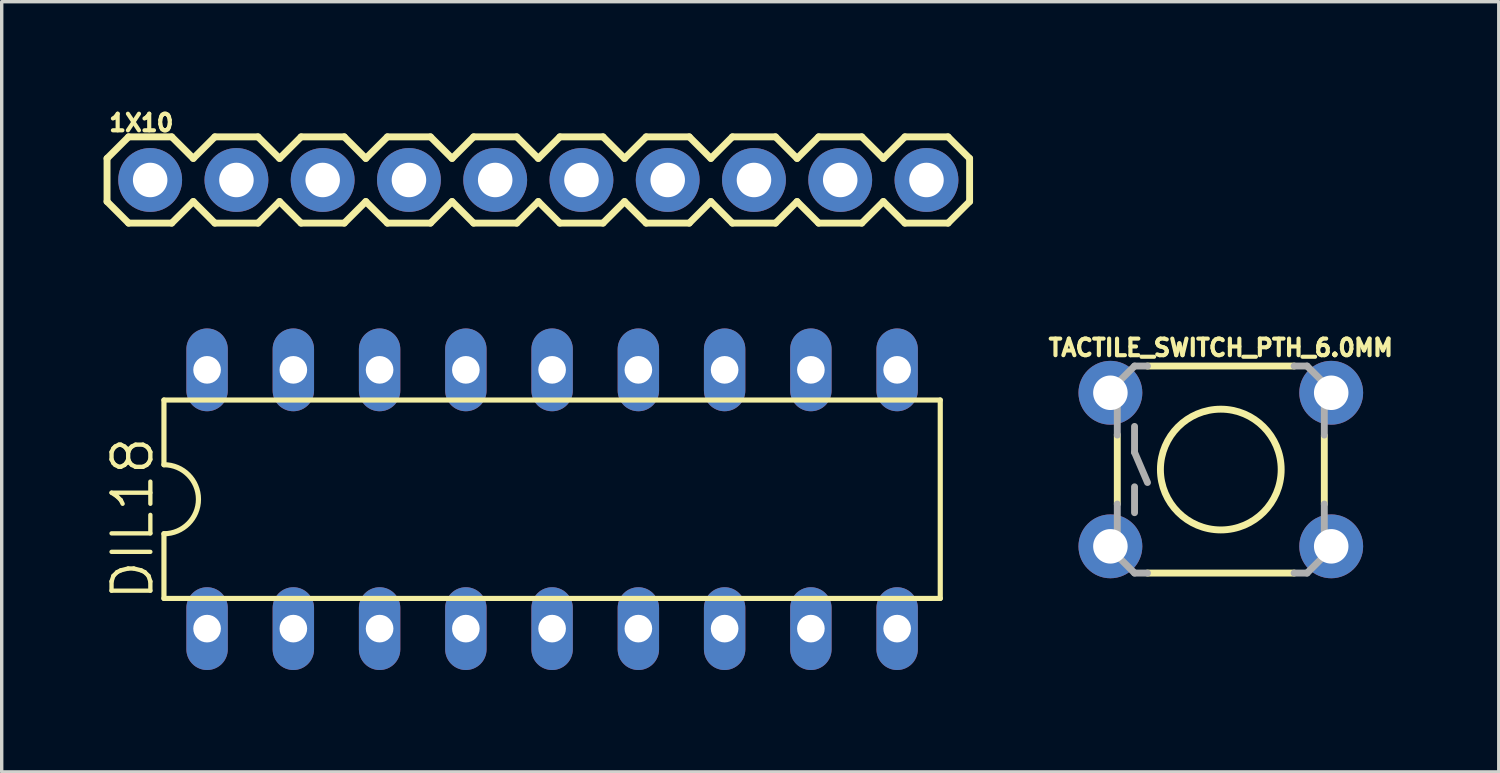
<source format=kicad_pcb>
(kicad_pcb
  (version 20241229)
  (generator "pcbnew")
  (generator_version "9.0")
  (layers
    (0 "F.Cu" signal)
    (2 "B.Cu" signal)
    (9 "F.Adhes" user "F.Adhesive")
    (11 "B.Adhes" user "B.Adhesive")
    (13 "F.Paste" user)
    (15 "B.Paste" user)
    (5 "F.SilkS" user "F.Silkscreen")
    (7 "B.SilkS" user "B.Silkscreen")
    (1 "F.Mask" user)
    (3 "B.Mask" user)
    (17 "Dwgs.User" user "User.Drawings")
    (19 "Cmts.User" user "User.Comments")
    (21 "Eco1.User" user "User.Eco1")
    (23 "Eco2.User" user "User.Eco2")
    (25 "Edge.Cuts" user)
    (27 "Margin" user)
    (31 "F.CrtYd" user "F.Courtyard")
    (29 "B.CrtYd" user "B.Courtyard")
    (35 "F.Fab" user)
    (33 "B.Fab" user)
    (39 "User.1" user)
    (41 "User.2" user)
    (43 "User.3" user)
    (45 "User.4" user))
  (footprint "1X10"
    (layer "F.Cu")
    (at 1.372 2.25)
    (property "Reference" "1X10" (at -1.27 -1.397 0) (layer "F.SilkS") (effects (font (size 0.488 0.488) (thickness 0.122)) (justify left bottom)))
    (fp_line (start -1.27 -0.635) (end -1.27 0.635) (stroke (width 0.203) (type solid)) (layer "F.SilkS"))
    (fp_line (start -1.27 0.635) (end -0.635 1.27) (stroke (width 0.203) (type solid)) (layer "F.SilkS"))
    (fp_line (start -0.635 -1.27) (end -1.27 -0.635) (stroke (width 0.203) (type solid)) (layer "F.SilkS"))
    (fp_line (start -0.635 -1.27) (end 0.635 -1.27) (stroke (width 0.203) (type solid)) (layer "F.SilkS"))
    (fp_line (start 0.635 -1.27) (end 1.27 -0.635) (stroke (width 0.203) (type solid)) (layer "F.SilkS"))
    (fp_line (start 0.635 1.27) (end -0.635 1.27) (stroke (width 0.203) (type solid)) (layer "F.SilkS"))
    (fp_line (start 1.27 -0.635) (end 1.905 -1.27) (stroke (width 0.203) (type solid)) (layer "F.SilkS"))
    (fp_line (start 1.27 0.635) (end 0.635 1.27) (stroke (width 0.203) (type solid)) (layer "F.SilkS"))
    (fp_line (start 1.905 -1.27) (end 3.175 -1.27) (stroke (width 0.203) (type solid)) (layer "F.SilkS"))
    (fp_line (start 1.905 1.27) (end 1.27 0.635) (stroke (width 0.203) (type solid)) (layer "F.SilkS"))
    (fp_line (start 3.175 -1.27) (end 3.81 -0.635) (stroke (width 0.203) (type solid)) (layer "F.SilkS"))
    (fp_line (start 3.175 1.27) (end 1.905 1.27) (stroke (width 0.203) (type solid)) (layer "F.SilkS"))
    (fp_line (start 3.81 -0.635) (end 4.445 -1.27) (stroke (width 0.203) (type solid)) (layer "F.SilkS"))
    (fp_line (start 3.81 0.635) (end 3.175 1.27) (stroke (width 0.203) (type solid)) (layer "F.SilkS"))
    (fp_line (start 4.445 -1.27) (end 5.715 -1.27) (stroke (width 0.203) (type solid)) (layer "F.SilkS"))
    (fp_line (start 4.445 1.27) (end 3.81 0.635) (stroke (width 0.203) (type solid)) (layer "F.SilkS"))
    (fp_line (start 5.715 -1.27) (end 6.35 -0.635) (stroke (width 0.203) (type solid)) (layer "F.SilkS"))
    (fp_line (start 5.715 1.27) (end 4.445 1.27) (stroke (width 0.203) (type solid)) (layer "F.SilkS"))
    (fp_line (start 6.35 0.635) (end 5.715 1.27) (stroke (width 0.203) (type solid)) (layer "F.SilkS"))
    (fp_line (start 6.35 0.635) (end 6.985 1.27) (stroke (width 0.203) (type solid)) (layer "F.SilkS"))
    (fp_line (start 6.985 -1.27) (end 6.35 -0.635) (stroke (width 0.203) (type solid)) (layer "F.SilkS"))
    (fp_line (start 6.985 -1.27) (end 8.255 -1.27) (stroke (width 0.203) (type solid)) (layer "F.SilkS"))
    (fp_line (start 8.255 -1.27) (end 8.89 -0.635) (stroke (width 0.203) (type solid)) (layer "F.SilkS"))
    (fp_line (start 8.255 1.27) (end 6.985 1.27) (stroke (width 0.203) (type solid)) (layer "F.SilkS"))
    (fp_line (start 8.89 -0.635) (end 9.525 -1.27) (stroke (width 0.203) (type solid)) (layer "F.SilkS"))
    (fp_line (start 8.89 0.635) (end 8.255 1.27) (stroke (width 0.203) (type solid)) (layer "F.SilkS"))
    (fp_line (start 9.525 -1.27) (end 10.795 -1.27) (stroke (width 0.203) (type solid)) (layer "F.SilkS"))
    (fp_line (start 9.525 1.27) (end 8.89 0.635) (stroke (width 0.203) (type solid)) (layer "F.SilkS"))
    (fp_line (start 10.795 -1.27) (end 11.43 -0.635) (stroke (width 0.203) (type solid)) (layer "F.SilkS"))
    (fp_line (start 10.795 1.27) (end 9.525 1.27) (stroke (width 0.203) (type solid)) (layer "F.SilkS"))
    (fp_line (start 11.43 -0.635) (end 12.065 -1.27) (stroke (width 0.203) (type solid)) (layer "F.SilkS"))
    (fp_line (start 11.43 0.635) (end 10.795 1.27) (stroke (width 0.203) (type solid)) (layer "F.SilkS"))
    (fp_line (start 12.065 -1.27) (end 13.335 -1.27) (stroke (width 0.203) (type solid)) (layer "F.SilkS"))
    (fp_line (start 12.065 1.27) (end 11.43 0.635) (stroke (width 0.203) (type solid)) (layer "F.SilkS"))
    (fp_line (start 13.335 -1.27) (end 13.97 -0.635) (stroke (width 0.203) (type solid)) (layer "F.SilkS"))
    (fp_line (start 13.335 1.27) (end 12.065 1.27) (stroke (width 0.203) (type solid)) (layer "F.SilkS"))
    (fp_line (start 13.97 0.635) (end 13.335 1.27) (stroke (width 0.203) (type solid)) (layer "F.SilkS"))
    (fp_line (start 13.97 0.635) (end 14.605 1.27) (stroke (width 0.203) (type solid)) (layer "F.SilkS"))
    (fp_line (start 14.605 -1.27) (end 13.97 -0.635) (stroke (width 0.203) (type solid)) (layer "F.SilkS"))
    (fp_line (start 14.605 -1.27) (end 15.875 -1.27) (stroke (width 0.203) (type solid)) (layer "F.SilkS"))
    (fp_line (start 15.875 -1.27) (end 16.51 -0.635) (stroke (width 0.203) (type solid)) (layer "F.SilkS"))
    (fp_line (start 15.875 1.27) (end 14.605 1.27) (stroke (width 0.203) (type solid)) (layer "F.SilkS"))
    (fp_line (start 16.51 0.635) (end 15.875 1.27) (stroke (width 0.203) (type solid)) (layer "F.SilkS"))
    (fp_line (start 16.51 0.635) (end 17.145 1.27) (stroke (width 0.203) (type solid)) (layer "F.SilkS"))
    (fp_line (start 17.145 -1.27) (end 16.51 -0.635) (stroke (width 0.203) (type solid)) (layer "F.SilkS"))
    (fp_line (start 17.145 -1.27) (end 18.415 -1.27) (stroke (width 0.203) (type solid)) (layer "F.SilkS"))
    (fp_line (start 18.415 -1.27) (end 19.05 -0.635) (stroke (width 0.203) (type solid)) (layer "F.SilkS"))
    (fp_line (start 18.415 1.27) (end 17.145 1.27) (stroke (width 0.203) (type solid)) (layer "F.SilkS"))
    (fp_line (start 19.05 0.635) (end 18.415 1.27) (stroke (width 0.203) (type solid)) (layer "F.SilkS"))
    (fp_line (start 19.05 0.635) (end 19.685 1.27) (stroke (width 0.203) (type solid)) (layer "F.SilkS"))
    (fp_line (start 19.685 -1.27) (end 19.05 -0.635) (stroke (width 0.203) (type solid)) (layer "F.SilkS"))
    (fp_line (start 19.685 -1.27) (end 20.955 -1.27) (stroke (width 0.203) (type solid)) (layer "F.SilkS"))
    (fp_line (start 20.955 -1.27) (end 21.59 -0.635) (stroke (width 0.203) (type solid)) (layer "F.SilkS"))
    (fp_line (start 20.955 1.27) (end 19.685 1.27) (stroke (width 0.203) (type solid)) (layer "F.SilkS"))
    (fp_line (start 21.59 0.635) (end 20.955 1.27) (stroke (width 0.203) (type solid)) (layer "F.SilkS"))
    (fp_line (start 21.59 0.635) (end 22.225 1.27) (stroke (width 0.203) (type solid)) (layer "F.SilkS"))
    (fp_line (start 22.225 -1.27) (end 21.59 -0.635) (stroke (width 0.203) (type solid)) (layer "F.SilkS"))
    (fp_line (start 22.225 -1.27) (end 23.495 -1.27) (stroke (width 0.203) (type solid)) (layer "F.SilkS"))
    (fp_line (start 23.495 -1.27) (end 24.13 -0.635) (stroke (width 0.203) (type solid)) (layer "F.SilkS"))
    (fp_line (start 23.495 1.27) (end 22.225 1.27) (stroke (width 0.203) (type solid)) (layer "F.SilkS"))
    (fp_line (start 24.13 -0.635) (end 24.13 0.635) (stroke (width 0.203) (type solid)) (layer "F.SilkS"))
    (fp_line (start 24.13 0.635) (end 23.495 1.27) (stroke (width 0.203) (type solid)) (layer "F.SilkS"))
    (fp_poly (pts (xy -0.254 0.254) (xy 0.254 0.254) (xy 0.254 -0.254) (xy -0.254 -0.254)) (stroke (width 0.1) (type default)) (fill no) (layer "F.Fab"))
    (fp_poly (pts (xy 2.286 0.254) (xy 2.794 0.254) (xy 2.794 -0.254) (xy 2.286 -0.254)) (stroke (width 0.1) (type default)) (fill no) (layer "F.Fab"))
    (fp_poly (pts (xy 4.826 0.254) (xy 5.334 0.254) (xy 5.334 -0.254) (xy 4.826 -0.254)) (stroke (width 0.1) (type default)) (fill no) (layer "F.Fab"))
    (fp_poly (pts (xy 7.366 0.254) (xy 7.874 0.254) (xy 7.874 -0.254) (xy 7.366 -0.254)) (stroke (width 0.1) (type default)) (fill no) (layer "F.Fab"))
    (fp_poly (pts (xy 9.906 0.254) (xy 10.414 0.254) (xy 10.414 -0.254) (xy 9.906 -0.254)) (stroke (width 0.1) (type default)) (fill no) (layer "F.Fab"))
    (fp_poly (pts (xy 12.446 0.254) (xy 12.954 0.254) (xy 12.954 -0.254) (xy 12.446 -0.254)) (stroke (width 0.1) (type default)) (fill no) (layer "F.Fab"))
    (fp_poly (pts (xy 14.986 0.254) (xy 15.494 0.254) (xy 15.494 -0.254) (xy 14.986 -0.254)) (stroke (width 0.1) (type default)) (fill no) (layer "F.Fab"))
    (fp_poly (pts (xy 17.526 0.254) (xy 18.034 0.254) (xy 18.034 -0.254) (xy 17.526 -0.254)) (stroke (width 0.1) (type default)) (fill no) (layer "F.Fab"))
    (fp_poly (pts (xy 20.066 0.254) (xy 20.574 0.254) (xy 20.574 -0.254) (xy 20.066 -0.254)) (stroke (width 0.1) (type default)) (fill no) (layer "F.Fab"))
    (fp_poly (pts (xy 22.606 0.254) (xy 23.114 0.254) (xy 23.114 -0.254) (xy 22.606 -0.254)) (stroke (width 0.1) (type default)) (fill no) (layer "F.Fab"))
    (pad "1" thru_hole circle (at 0 0 90) (size 1.88 1.88) (drill 1.016) (layers "*.Cu" "*.Mask"))
    (pad "2" thru_hole circle (at 2.54 0 90) (size 1.88 1.88) (drill 1.016) (layers "*.Cu" "*.Mask"))
    (pad "3" thru_hole circle (at 5.08 0 90) (size 1.88 1.88) (drill 1.016) (layers "*.Cu" "*.Mask"))
    (pad "4" thru_hole circle (at 7.62 0 90) (size 1.88 1.88) (drill 1.016) (layers "*.Cu" "*.Mask"))
    (pad "5" thru_hole circle (at 10.16 0 90) (size 1.88 1.88) (drill 1.016) (layers "*.Cu" "*.Mask"))
    (pad "6" thru_hole circle (at 12.7 0 90) (size 1.88 1.88) (drill 1.016) (layers "*.Cu" "*.Mask"))
    (pad "7" thru_hole circle (at 15.24 0 90) (size 1.88 1.88) (drill 1.016) (layers "*.Cu" "*.Mask"))
    (pad "8" thru_hole circle (at 17.78 0 90) (size 1.88 1.88) (drill 1.016) (layers "*.Cu" "*.Mask"))
    (pad "9" thru_hole circle (at 20.32 0 90) (size 1.88 1.88) (drill 1.016) (layers "*.Cu" "*.Mask"))
    (pad "10" thru_hole circle (at 22.86 0 90) (size 1.88 1.88) (drill 1.016) (layers "*.Cu" "*.Mask")))
  (footprint "DIL18"
    (layer "F.Cu")
    (at 13.208 11.651)
    (property "Reference" "DIL18" (at -11.684 3.048 90) (layer "F.SilkS") (effects (font (size 1.143 1.143) (thickness 0.127)) (justify left bottom)))
    (fp_line (start -11.43 -2.921) (end -11.43 -1.016) (stroke (width 0.152) (type solid)) (layer "F.SilkS"))
    (fp_line (start -11.43 2.921) (end -11.43 1.016) (stroke (width 0.152) (type solid)) (layer "F.SilkS"))
    (fp_line (start -11.43 2.921) (end 11.43 2.921) (stroke (width 0.152) (type solid)) (layer "F.SilkS"))
    (fp_line (start 11.43 -2.921) (end -11.43 -2.921) (stroke (width 0.152) (type solid)) (layer "F.SilkS"))
    (fp_line (start 11.43 -2.921) (end 11.43 2.921) (stroke (width 0.152) (type solid)) (layer "F.SilkS"))
    (fp_arc (start -11.43 -1.016) (mid -10.414 0) (end -11.43 1.016) (stroke (width 0.1524) (type solid)) (layer "F.SilkS"))
    (pad "1" thru_hole oval (at -10.16 3.81 90) (size 2.438 1.219) (drill 0.813) (layers "*.Cu" "*.Mask"))
    (pad "2" thru_hole oval (at -7.62 3.81 90) (size 2.438 1.219) (drill 0.813) (layers "*.Cu" "*.Mask"))
    (pad "3" thru_hole oval (at -5.08 3.81 90) (size 2.438 1.219) (drill 0.813) (layers "*.Cu" "*.Mask"))
    (pad "4" thru_hole oval (at -2.54 3.81 90) (size 2.438 1.219) (drill 0.813) (layers "*.Cu" "*.Mask"))
    (pad "5" thru_hole oval (at 0 3.81 90) (size 2.438 1.219) (drill 0.813) (layers "*.Cu" "*.Mask"))
    (pad "6" thru_hole oval (at 2.54 3.81 90) (size 2.438 1.219) (drill 0.813) (layers "*.Cu" "*.Mask"))
    (pad "7" thru_hole oval (at 5.08 3.81 90) (size 2.438 1.219) (drill 0.813) (layers "*.Cu" "*.Mask"))
    (pad "8" thru_hole oval (at 7.62 3.81 90) (size 2.438 1.219) (drill 0.813) (layers "*.Cu" "*.Mask"))
    (pad "9" thru_hole oval (at 10.16 3.81 90) (size 2.438 1.219) (drill 0.813) (layers "*.Cu" "*.Mask"))
    (pad "10" thru_hole oval (at 10.16 -3.81 90) (size 2.438 1.219) (drill 0.813) (layers "*.Cu" "*.Mask"))
    (pad "11" thru_hole oval (at 7.62 -3.81 90) (size 2.438 1.219) (drill 0.813) (layers "*.Cu" "*.Mask"))
    (pad "12" thru_hole oval (at 5.08 -3.81 90) (size 2.438 1.219) (drill 0.813) (layers "*.Cu" "*.Mask"))
    (pad "13" thru_hole oval (at 2.54 -3.81 90) (size 2.438 1.219) (drill 0.813) (layers "*.Cu" "*.Mask"))
    (pad "14" thru_hole oval (at 0 -3.81 90) (size 2.438 1.219) (drill 0.813) (layers "*.Cu" "*.Mask"))
    (pad "15" thru_hole oval (at -2.54 -3.81 90) (size 2.438 1.219) (drill 0.813) (layers "*.Cu" "*.Mask"))
    (pad "16" thru_hole oval (at -5.08 -3.81 90) (size 2.438 1.219) (drill 0.813) (layers "*.Cu" "*.Mask"))
    (pad "17" thru_hole oval (at -7.62 -3.81 90) (size 2.438 1.219) (drill 0.813) (layers "*.Cu" "*.Mask"))
    (pad "18" thru_hole oval (at -10.16 -3.81 90) (size 2.438 1.219) (drill 0.813) (layers "*.Cu" "*.Mask")))
  (footprint "TACTILE_SWITCH_PTH_6.0MM"
    (layer "F.Cu")
    (at 32.899 10.777)
    (property "Reference" "TACTILE_SWITCH_PTH_6.0MM" (at 0 -3.302 0) (layer "F.SilkS") (effects (font (size 0.488 0.488) (thickness 0.122)) (justify bottom)))
    (fp_line (start -3.048 -1.028) (end -3.048 1.016) (stroke (width 0.203) (type solid)) (layer "F.SilkS"))
    (fp_line (start -2.159 3.048) (end 2.159 3.048) (stroke (width 0.203) (type solid)) (layer "F.SilkS"))
    (fp_line (start 2.159 -3.048) (end -2.159 -3.048) (stroke (width 0.203) (type solid)) (layer "F.SilkS"))
    (fp_line (start 3.048 -0.998) (end 3.048 1.016) (stroke (width 0.203) (type solid)) (layer "F.SilkS"))
    (fp_circle (center 0 0) (end 1.778 0) (stroke (width 0.203) (type solid)) (fill no) (layer "F.SilkS"))
    (fp_line (start -3.048 -2.54) (end -3.048 -1.016) (stroke (width 0.203) (type solid)) (layer "F.Fab"))
    (fp_line (start -3.048 2.54) (end -3.048 1.016) (stroke (width 0.203) (type solid)) (layer "F.Fab"))
    (fp_line (start -2.54 -3.048) (end -3.048 -2.54) (stroke (width 0.203) (type solid)) (layer "F.Fab"))
    (fp_line (start -2.54 -3.048) (end -2.159 -3.048) (stroke (width 0.203) (type solid)) (layer "F.Fab"))
    (fp_line (start -2.54 -1.27) (end -2.54 -0.508) (stroke (width 0.203) (type solid)) (layer "F.Fab"))
    (fp_line (start -2.54 -0.508) (end -2.159 0.381) (stroke (width 0.203) (type solid)) (layer "F.Fab"))
    (fp_line (start -2.54 0.508) (end -2.54 1.27) (stroke (width 0.203) (type solid)) (layer "F.Fab"))
    (fp_line (start -2.54 3.048) (end -3.048 2.54) (stroke (width 0.203) (type solid)) (layer "F.Fab"))
    (fp_line (start -2.54 3.048) (end -2.159 3.048) (stroke (width 0.203) (type solid)) (layer "F.Fab"))
    (fp_line (start 2.54 -3.048) (end 2.159 -3.048) (stroke (width 0.203) (type solid)) (layer "F.Fab"))
    (fp_line (start 2.54 3.048) (end 2.159 3.048) (stroke (width 0.203) (type solid)) (layer "F.Fab"))
    (fp_line (start 2.54 3.048) (end 3.048 2.54) (stroke (width 0.203) (type solid)) (layer "F.Fab"))
    (fp_line (start 3.048 -2.54) (end 2.54 -3.048) (stroke (width 0.203) (type solid)) (layer "F.Fab"))
    (fp_line (start 3.048 -1.016) (end 3.048 -2.54) (stroke (width 0.203) (type solid)) (layer "F.Fab"))
    (fp_line (start 3.048 2.54) (end 3.048 1.016) (stroke (width 0.203) (type solid)) (layer "F.Fab"))
    (pad "1" thru_hole circle (at -3.251 -2.261) (size 1.88 1.88) (drill 1.016) (layers "*.Cu" "*.Mask"))
    (pad "2" thru_hole circle (at 3.251 -2.261) (size 1.88 1.88) (drill 1.016) (layers "*.Cu" "*.Mask"))
    (pad "3" thru_hole circle (at -3.251 2.261) (size 1.88 1.88) (drill 1.016) (layers "*.Cu" "*.Mask"))
    (pad "4" thru_hole circle (at 3.251 2.261) (size 1.88 1.88) (drill 1.016) (layers "*.Cu" "*.Mask")))
  (gr_rect
    (start -3 -3)
    (end 41.084 19.68)
    (stroke (width 0.1) (type default))
    (fill no)
    (layer "Edge.Cuts")))
</source>
